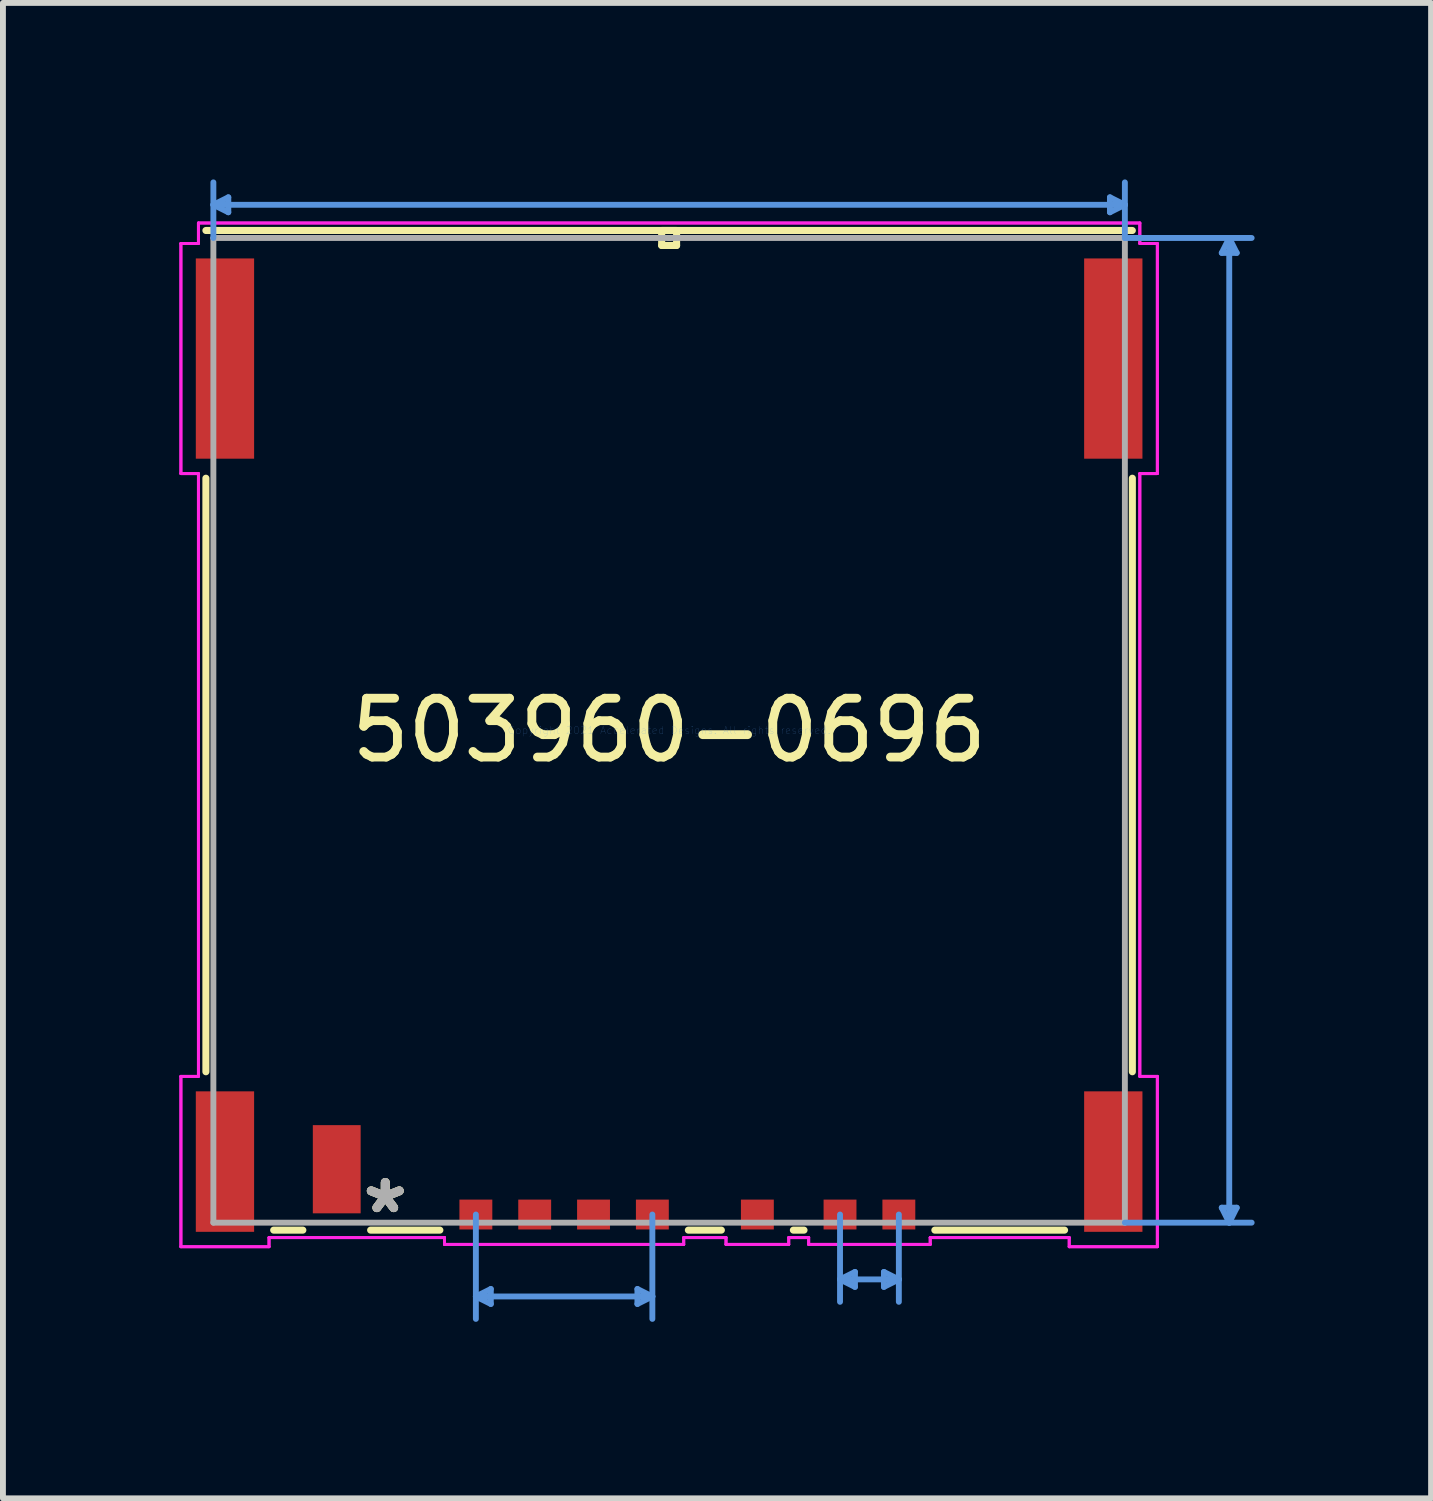
<source format=kicad_pcb>
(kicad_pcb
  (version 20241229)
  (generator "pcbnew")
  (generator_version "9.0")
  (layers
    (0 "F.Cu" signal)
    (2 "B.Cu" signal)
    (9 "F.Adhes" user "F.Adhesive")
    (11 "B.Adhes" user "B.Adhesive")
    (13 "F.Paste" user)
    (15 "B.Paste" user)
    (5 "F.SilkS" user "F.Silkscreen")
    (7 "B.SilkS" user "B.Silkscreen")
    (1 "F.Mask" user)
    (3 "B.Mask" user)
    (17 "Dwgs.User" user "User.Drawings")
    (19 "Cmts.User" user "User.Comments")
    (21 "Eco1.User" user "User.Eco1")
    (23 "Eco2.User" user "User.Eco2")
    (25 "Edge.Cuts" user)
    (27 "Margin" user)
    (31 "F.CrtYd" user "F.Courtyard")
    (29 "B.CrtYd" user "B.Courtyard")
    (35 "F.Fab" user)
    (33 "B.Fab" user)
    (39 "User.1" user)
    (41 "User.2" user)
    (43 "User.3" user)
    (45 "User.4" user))
  (footprint "503960-0696"
    (layer "F.Cu")
    (at 8.324 9.364)
    (property "Reference" "503960-0696" (at 0 0 0) (layer "F.SilkS") (effects (font (size 1 1) (thickness 0.15))))
    (attr through_hole)
    (fp_line (start -7.874 -4.285) (end -7.874 5.804) (stroke (width 0.12) (type solid)) (layer "F.SilkS"))
    (fp_line (start -6.722 8.496) (end -6.226 8.496) (stroke (width 0.12) (type solid)) (layer "F.SilkS"))
    (fp_line (start -5.074 8.496) (end -3.897 8.496) (stroke (width 0.12) (type solid)) (layer "F.SilkS"))
    (fp_line (start -0.127 -8.496) (end -0.127 -8.242) (stroke (width 0.12) (type solid)) (layer "F.SilkS"))
    (fp_line (start -0.127 -8.242) (end 0.127 -8.242) (stroke (width 0.12) (type solid)) (layer "F.SilkS"))
    (fp_line (start 0.127 -8.496) (end -0.127 -8.496) (stroke (width 0.12) (type solid)) (layer "F.SilkS"))
    (fp_line (start 0.127 -8.242) (end 0.127 -8.496) (stroke (width 0.12) (type solid)) (layer "F.SilkS"))
    (fp_line (start 0.327 8.496) (end 0.888 8.496) (stroke (width 0.12) (type solid)) (layer "F.SilkS"))
    (fp_line (start 2.112 8.496) (end 2.293 8.496) (stroke (width 0.12) (type solid)) (layer "F.SilkS"))
    (fp_line (start 4.517 8.496) (end 6.722 8.496) (stroke (width 0.12) (type solid)) (layer "F.SilkS"))
    (fp_line (start 7.874 -8.496) (end -7.874 -8.496) (stroke (width 0.12) (type solid)) (layer "F.SilkS"))
    (fp_line (start 7.874 5.804) (end 7.874 -4.285) (stroke (width 0.12) (type solid)) (layer "F.SilkS"))
    (fp_line (start -7.747 -8.933) (end 7.747 -8.933) (stroke (width 0.1) (type solid)) (layer "Cmts.User"))
    (fp_line (start -7.747 -8.369) (end -7.747 -9.314) (stroke (width 0.1) (type solid)) (layer "Cmts.User"))
    (fp_line (start -7.493 -8.806) (end -7.747 -8.933) (stroke (width 0.1) (type solid)) (layer "Cmts.User"))
    (fp_line (start -7.493 -8.806) (end -7.493 -9.06) (stroke (width 0.1) (type solid)) (layer "Cmts.User"))
    (fp_line (start -7.493 -9.06) (end -7.747 -8.933) (stroke (width 0.1) (type solid)) (layer "Cmts.User"))
    (fp_line (start -3.285 9.624) (end -0.285 9.624) (stroke (width 0.1) (type solid)) (layer "Cmts.User"))
    (fp_line (start -3.285 8.231) (end -3.285 10.005) (stroke (width 0.1) (type solid)) (layer "Cmts.User"))
    (fp_line (start -3.031 9.751) (end -3.285 9.624) (stroke (width 0.1) (type solid)) (layer "Cmts.User"))
    (fp_line (start -3.031 9.751) (end -3.031 9.497) (stroke (width 0.1) (type solid)) (layer "Cmts.User"))
    (fp_line (start -3.031 9.497) (end -3.285 9.624) (stroke (width 0.1) (type solid)) (layer "Cmts.User"))
    (fp_line (start -0.539 9.751) (end -0.285 9.624) (stroke (width 0.1) (type solid)) (layer "Cmts.User"))
    (fp_line (start -0.539 9.497) (end -0.539 9.751) (stroke (width 0.1) (type solid)) (layer "Cmts.User"))
    (fp_line (start -0.539 9.497) (end -0.285 9.624) (stroke (width 0.1) (type solid)) (layer "Cmts.User"))
    (fp_line (start -0.285 8.231) (end -0.285 10.005) (stroke (width 0.1) (type solid)) (layer "Cmts.User"))
    (fp_line (start 2.905 8.231) (end 2.905 9.715) (stroke (width 0.1) (type solid)) (layer "Cmts.User"))
    (fp_line (start 3.159 9.207) (end 2.905 9.334) (stroke (width 0.1) (type solid)) (layer "Cmts.User"))
    (fp_line (start 3.159 9.461) (end 2.905 9.334) (stroke (width 0.1) (type solid)) (layer "Cmts.User"))
    (fp_line (start 3.159 9.461) (end 3.159 9.207) (stroke (width 0.1) (type solid)) (layer "Cmts.User"))
    (fp_line (start 3.651 9.461) (end 3.905 9.334) (stroke (width 0.1) (type solid)) (layer "Cmts.User"))
    (fp_line (start 3.651 9.207) (end 3.651 9.461) (stroke (width 0.1) (type solid)) (layer "Cmts.User"))
    (fp_line (start 3.651 9.207) (end 3.905 9.334) (stroke (width 0.1) (type solid)) (layer "Cmts.User"))
    (fp_line (start 3.905 9.334) (end 2.905 9.334) (stroke (width 0.1) (type solid)) (layer "Cmts.User"))
    (fp_line (start 3.905 8.231) (end 3.905 9.715) (stroke (width 0.1) (type solid)) (layer "Cmts.User"))
    (fp_line (start 7.493 -8.806) (end 7.747 -8.933) (stroke (width 0.1) (type solid)) (layer "Cmts.User"))
    (fp_line (start 7.493 -9.06) (end 7.493 -8.806) (stroke (width 0.1) (type solid)) (layer "Cmts.User"))
    (fp_line (start 7.493 -9.06) (end 7.747 -8.933) (stroke (width 0.1) (type solid)) (layer "Cmts.User"))
    (fp_line (start 7.747 -8.369) (end 7.747 -9.314) (stroke (width 0.1) (type solid)) (layer "Cmts.User"))
    (fp_line (start 7.747 -8.369) (end 9.902 -8.369) (stroke (width 0.1) (type solid)) (layer "Cmts.User"))
    (fp_line (start 7.747 8.369) (end 9.902 8.369) (stroke (width 0.1) (type solid)) (layer "Cmts.User"))
    (fp_line (start 9.394 8.115) (end 9.521 8.369) (stroke (width 0.1) (type solid)) (layer "Cmts.User"))
    (fp_line (start 9.394 -8.115) (end 9.521 -8.369) (stroke (width 0.1) (type solid)) (layer "Cmts.User"))
    (fp_line (start 9.394 -8.115) (end 9.648 -8.115) (stroke (width 0.1) (type solid)) (layer "Cmts.User"))
    (fp_line (start 9.521 -8.369) (end 9.521 8.369) (stroke (width 0.1) (type solid)) (layer "Cmts.User"))
    (fp_line (start 9.648 8.115) (end 9.394 8.115) (stroke (width 0.1) (type solid)) (layer "Cmts.User"))
    (fp_line (start 9.648 8.115) (end 9.521 8.369) (stroke (width 0.1) (type solid)) (layer "Cmts.User"))
    (fp_line (start 9.648 -8.115) (end 9.521 -8.369) (stroke (width 0.1) (type solid)) (layer "Cmts.User"))
    (fp_line (start -8.299 -8.275) (end -8.299 -4.364) (stroke (width 0.05) (type solid)) (layer "F.CrtYd"))
    (fp_line (start -8.299 -8.275) (end -8.299 -4.364) (stroke (width 0.05) (type solid)) (layer "F.CrtYd"))
    (fp_line (start -8.299 -4.364) (end -8.001 -4.364) (stroke (width 0.05) (type solid)) (layer "F.CrtYd"))
    (fp_line (start -8.299 -4.364) (end -8.001 -4.364) (stroke (width 0.05) (type solid)) (layer "F.CrtYd"))
    (fp_line (start -8.299 5.883) (end -8.299 8.778) (stroke (width 0.05) (type solid)) (layer "F.CrtYd"))
    (fp_line (start -8.299 5.883) (end -8.299 8.778) (stroke (width 0.05) (type solid)) (layer "F.CrtYd"))
    (fp_line (start -8.299 8.778) (end -6.801 8.778) (stroke (width 0.05) (type solid)) (layer "F.CrtYd"))
    (fp_line (start -8.299 8.778) (end -6.801 8.778) (stroke (width 0.05) (type solid)) (layer "F.CrtYd"))
    (fp_line (start -8.001 -8.623) (end -8.001 -8.275) (stroke (width 0.05) (type solid)) (layer "F.CrtYd"))
    (fp_line (start -8.001 -8.623) (end -8.001 -8.275) (stroke (width 0.05) (type solid)) (layer "F.CrtYd"))
    (fp_line (start -8.001 -8.275) (end -8.299 -8.275) (stroke (width 0.05) (type solid)) (layer "F.CrtYd"))
    (fp_line (start -8.001 -8.275) (end -8.299 -8.275) (stroke (width 0.05) (type solid)) (layer "F.CrtYd"))
    (fp_line (start -8.001 -4.364) (end -8.001 5.883) (stroke (width 0.05) (type solid)) (layer "F.CrtYd"))
    (fp_line (start -8.001 -4.364) (end -8.001 5.883) (stroke (width 0.05) (type solid)) (layer "F.CrtYd"))
    (fp_line (start -8.001 5.883) (end -8.299 5.883) (stroke (width 0.05) (type solid)) (layer "F.CrtYd"))
    (fp_line (start -8.001 5.883) (end -8.299 5.883) (stroke (width 0.05) (type solid)) (layer "F.CrtYd"))
    (fp_line (start -6.801 8.623) (end -3.818 8.623) (stroke (width 0.05) (type solid)) (layer "F.CrtYd"))
    (fp_line (start -6.801 8.623) (end -3.818 8.623) (stroke (width 0.05) (type solid)) (layer "F.CrtYd"))
    (fp_line (start -6.801 8.778) (end -6.801 8.623) (stroke (width 0.05) (type solid)) (layer "F.CrtYd"))
    (fp_line (start -6.801 8.778) (end -6.801 8.623) (stroke (width 0.05) (type solid)) (layer "F.CrtYd"))
    (fp_line (start -3.818 8.623) (end -3.818 8.739) (stroke (width 0.05) (type solid)) (layer "F.CrtYd"))
    (fp_line (start -3.818 8.623) (end -3.818 8.739) (stroke (width 0.05) (type solid)) (layer "F.CrtYd"))
    (fp_line (start -3.818 8.739) (end 0.248 8.739) (stroke (width 0.05) (type solid)) (layer "F.CrtYd"))
    (fp_line (start -3.818 8.739) (end 0.248 8.739) (stroke (width 0.05) (type solid)) (layer "F.CrtYd"))
    (fp_line (start 0.248 8.623) (end 0.967 8.623) (stroke (width 0.05) (type solid)) (layer "F.CrtYd"))
    (fp_line (start 0.248 8.623) (end 0.967 8.623) (stroke (width 0.05) (type solid)) (layer "F.CrtYd"))
    (fp_line (start 0.248 8.739) (end 0.248 8.623) (stroke (width 0.05) (type solid)) (layer "F.CrtYd"))
    (fp_line (start 0.248 8.739) (end 0.248 8.623) (stroke (width 0.05) (type solid)) (layer "F.CrtYd"))
    (fp_line (start 0.967 8.623) (end 0.967 8.739) (stroke (width 0.05) (type solid)) (layer "F.CrtYd"))
    (fp_line (start 0.967 8.623) (end 0.967 8.739) (stroke (width 0.05) (type solid)) (layer "F.CrtYd"))
    (fp_line (start 0.967 8.739) (end 2.033 8.739) (stroke (width 0.05) (type solid)) (layer "F.CrtYd"))
    (fp_line (start 0.967 8.739) (end 2.033 8.739) (stroke (width 0.05) (type solid)) (layer "F.CrtYd"))
    (fp_line (start 2.033 8.623) (end 2.372 8.623) (stroke (width 0.05) (type solid)) (layer "F.CrtYd"))
    (fp_line (start 2.033 8.623) (end 2.372 8.623) (stroke (width 0.05) (type solid)) (layer "F.CrtYd"))
    (fp_line (start 2.033 8.739) (end 2.033 8.623) (stroke (width 0.05) (type solid)) (layer "F.CrtYd"))
    (fp_line (start 2.033 8.739) (end 2.033 8.623) (stroke (width 0.05) (type solid)) (layer "F.CrtYd"))
    (fp_line (start 2.372 8.623) (end 2.372 8.739) (stroke (width 0.05) (type solid)) (layer "F.CrtYd"))
    (fp_line (start 2.372 8.623) (end 2.372 8.739) (stroke (width 0.05) (type solid)) (layer "F.CrtYd"))
    (fp_line (start 2.372 8.739) (end 4.438 8.739) (stroke (width 0.05) (type solid)) (layer "F.CrtYd"))
    (fp_line (start 2.372 8.739) (end 4.438 8.739) (stroke (width 0.05) (type solid)) (layer "F.CrtYd"))
    (fp_line (start 4.438 8.623) (end 6.801 8.623) (stroke (width 0.05) (type solid)) (layer "F.CrtYd"))
    (fp_line (start 4.438 8.623) (end 6.801 8.623) (stroke (width 0.05) (type solid)) (layer "F.CrtYd"))
    (fp_line (start 4.438 8.739) (end 4.438 8.623) (stroke (width 0.05) (type solid)) (layer "F.CrtYd"))
    (fp_line (start 4.438 8.739) (end 4.438 8.623) (stroke (width 0.05) (type solid)) (layer "F.CrtYd"))
    (fp_line (start 6.801 8.623) (end 6.801 8.778) (stroke (width 0.05) (type solid)) (layer "F.CrtYd"))
    (fp_line (start 6.801 8.623) (end 6.801 8.778) (stroke (width 0.05) (type solid)) (layer "F.CrtYd"))
    (fp_line (start 6.801 8.778) (end 8.299 8.778) (stroke (width 0.05) (type solid)) (layer "F.CrtYd"))
    (fp_line (start 6.801 8.778) (end 8.299 8.778) (stroke (width 0.05) (type solid)) (layer "F.CrtYd"))
    (fp_line (start 8.001 -8.623) (end -8.001 -8.623) (stroke (width 0.05) (type solid)) (layer "F.CrtYd"))
    (fp_line (start 8.001 -8.623) (end -8.001 -8.623) (stroke (width 0.05) (type solid)) (layer "F.CrtYd"))
    (fp_line (start 8.001 -8.275) (end 8.001 -8.623) (stroke (width 0.05) (type solid)) (layer "F.CrtYd"))
    (fp_line (start 8.001 -8.275) (end 8.001 -8.623) (stroke (width 0.05) (type solid)) (layer "F.CrtYd"))
    (fp_line (start 8.001 -4.364) (end 8.299 -4.364) (stroke (width 0.05) (type solid)) (layer "F.CrtYd"))
    (fp_line (start 8.001 -4.364) (end 8.299 -4.364) (stroke (width 0.05) (type solid)) (layer "F.CrtYd"))
    (fp_line (start 8.001 5.883) (end 8.001 -4.364) (stroke (width 0.05) (type solid)) (layer "F.CrtYd"))
    (fp_line (start 8.001 5.883) (end 8.001 -4.364) (stroke (width 0.05) (type solid)) (layer "F.CrtYd"))
    (fp_line (start 8.299 -8.275) (end 8.001 -8.275) (stroke (width 0.05) (type solid)) (layer "F.CrtYd"))
    (fp_line (start 8.299 -8.275) (end 8.001 -8.275) (stroke (width 0.05) (type solid)) (layer "F.CrtYd"))
    (fp_line (start 8.299 -4.364) (end 8.299 -8.275) (stroke (width 0.05) (type solid)) (layer "F.CrtYd"))
    (fp_line (start 8.299 -4.364) (end 8.299 -8.275) (stroke (width 0.05) (type solid)) (layer "F.CrtYd"))
    (fp_line (start 8.299 5.883) (end 8.001 5.883) (stroke (width 0.05) (type solid)) (layer "F.CrtYd"))
    (fp_line (start 8.299 5.883) (end 8.001 5.883) (stroke (width 0.05) (type solid)) (layer "F.CrtYd"))
    (fp_line (start 8.299 8.778) (end 8.299 5.883) (stroke (width 0.05) (type solid)) (layer "F.CrtYd"))
    (fp_line (start 8.299 8.778) (end 8.299 5.883) (stroke (width 0.05) (type solid)) (layer "F.CrtYd"))
    (fp_line (start -7.747 -8.369) (end -7.747 8.369) (stroke (width 0.1) (type solid)) (layer "F.Fab"))
    (fp_line (start -7.747 8.369) (end 7.747 8.369) (stroke (width 0.1) (type solid)) (layer "F.Fab"))
    (fp_line (start 0 -8.369) (end 0 -8.369) (stroke (width 0.1) (type solid)) (layer "F.Fab"))
    (fp_line (start 0 -8.369) (end 0 -8.369) (stroke (width 0.1) (type solid)) (layer "F.Fab"))
    (fp_line (start 0 -8.369) (end 0 -8.369) (stroke (width 0.1) (type solid)) (layer "F.Fab"))
    (fp_line (start 0 -8.369) (end 0 -8.369) (stroke (width 0.1) (type solid)) (layer "F.Fab"))
    (fp_line (start 7.747 -8.369) (end -7.747 -8.369) (stroke (width 0.1) (type solid)) (layer "F.Fab"))
    (fp_line (start 7.747 8.369) (end 7.747 -8.369) (stroke (width 0.1) (type solid)) (layer "F.Fab"))
    (fp_text user "*" (at -4.825 8.231 0) (layer "F.SilkS") (effects (font (size 1 1) (thickness 0.15))))
    (fp_text user "*" (at -4.825 8.231 0) (layer "F.SilkS") (effects (font (size 1 1) (thickness 0.15))))
    (fp_text user "Copyright 2021 Accelerated Designs. All rights reserved." (at 0 0 0) (layer "Cmts.User") (effects (font (size 0.127 0.127) (thickness 0.002))))
    (fp_text user "*" (at -4.825 8.231 0) (layer "F.Fab") (effects (font (size 1 1) (thickness 0.15))))
    (fp_text user "*" (at -4.825 8.231 0) (layer "F.Fab") (effects (font (size 1 1) (thickness 0.15))))
    (pad "9" smd rect (at -7.55 -6.319) (size 0.991 3.404) (layers "F.Cu" "F.Mask" "F.Paste"))
    (pad "10" smd rect (at 7.55 -6.319) (size 0.991 3.404) (layers "F.Cu" "F.Mask" "F.Paste"))
    (pad "11" smd rect (at -7.55 7.331) (size 0.991 2.388) (layers "F.Cu" "F.Mask" "F.Paste"))
    (pad "12" smd rect (at 7.55 7.331) (size 0.991 2.388) (layers "F.Cu" "F.Mask" "F.Paste"))
    (pad "C1" smd rect (at -2.285 8.231) (size 0.559 0.508) (layers "F.Cu" "F.Mask" "F.Paste"))
    (pad "C2" smd rect (at -0.285 8.231) (size 0.559 0.508) (layers "F.Cu" "F.Mask" "F.Paste"))
    (pad "C3" smd rect (at 3.905 8.231) (size 0.559 0.508) (layers "F.Cu" "F.Mask" "F.Paste"))
    (pad "C5" smd rect (at -3.285 8.231) (size 0.559 0.508) (layers "F.Cu" "F.Mask" "F.Paste"))
    (pad "C6" smd rect (at -1.285 8.231) (size 0.559 0.508) (layers "F.Cu" "F.Mask" "F.Paste"))
    (pad "C7" smd rect (at 2.905 8.231) (size 0.559 0.508) (layers "F.Cu" "F.Mask" "F.Paste"))
    (pad "DL" smd rect (at -5.65 7.461) (size 0.813 1.499) (layers "F.Cu" "F.Mask" "F.Paste"))
    (pad "DS" smd rect (at 1.5 8.231) (size 0.559 0.508) (layers "F.Cu" "F.Mask" "F.Paste")))
  (gr_rect
    (start -3 -3)
    (end 21.276 22.419)
    (stroke (width 0.1) (type default))
    (fill no)
    (layer "Edge.Cuts")))
</source>
